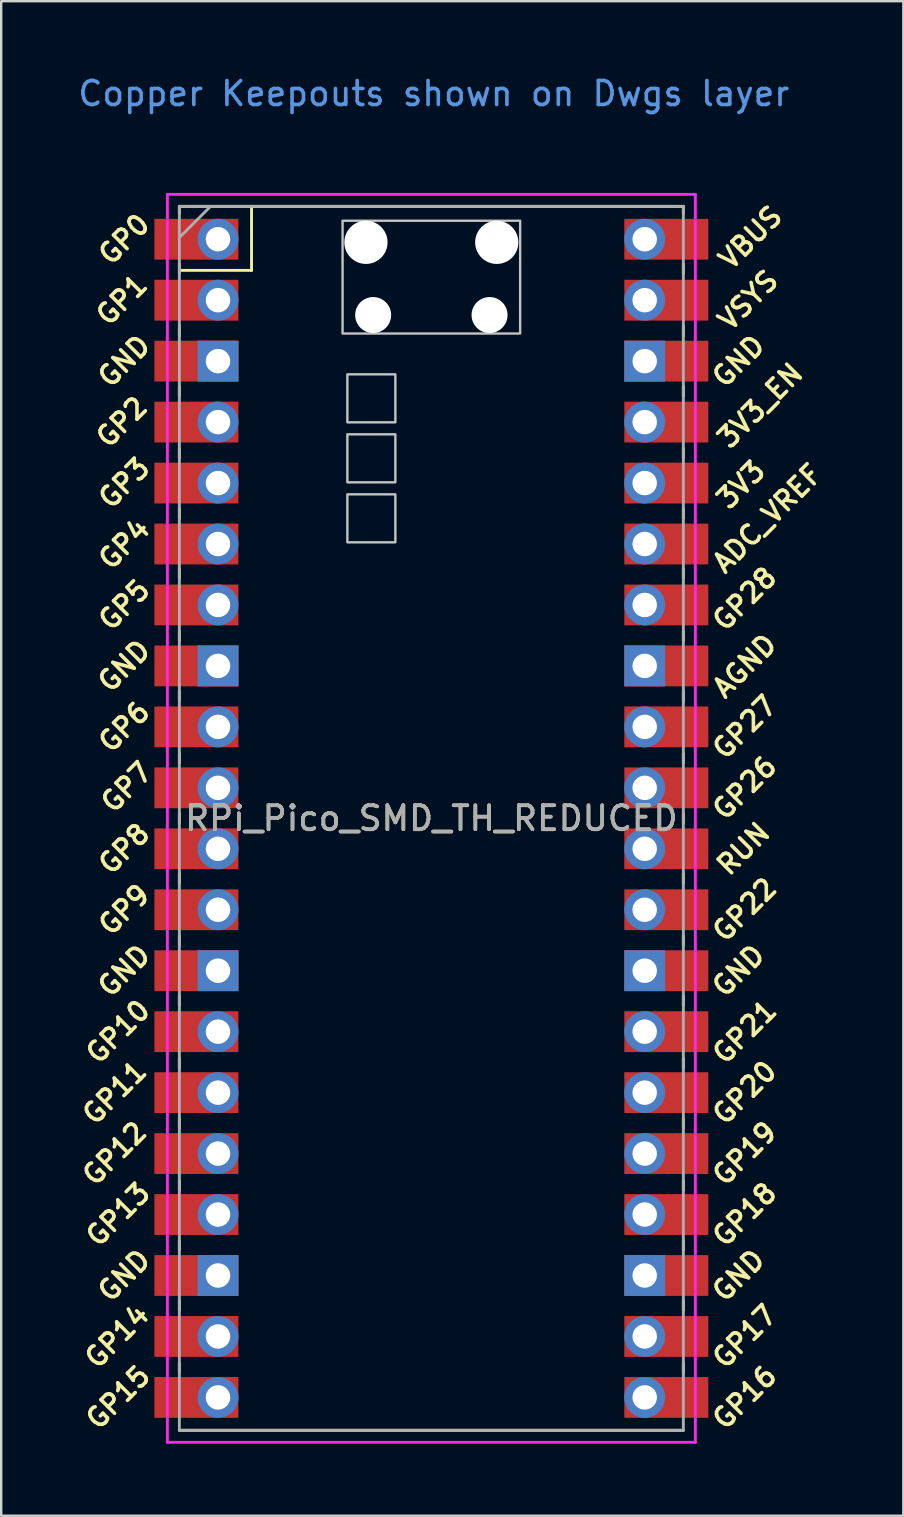
<source format=kicad_pcb>
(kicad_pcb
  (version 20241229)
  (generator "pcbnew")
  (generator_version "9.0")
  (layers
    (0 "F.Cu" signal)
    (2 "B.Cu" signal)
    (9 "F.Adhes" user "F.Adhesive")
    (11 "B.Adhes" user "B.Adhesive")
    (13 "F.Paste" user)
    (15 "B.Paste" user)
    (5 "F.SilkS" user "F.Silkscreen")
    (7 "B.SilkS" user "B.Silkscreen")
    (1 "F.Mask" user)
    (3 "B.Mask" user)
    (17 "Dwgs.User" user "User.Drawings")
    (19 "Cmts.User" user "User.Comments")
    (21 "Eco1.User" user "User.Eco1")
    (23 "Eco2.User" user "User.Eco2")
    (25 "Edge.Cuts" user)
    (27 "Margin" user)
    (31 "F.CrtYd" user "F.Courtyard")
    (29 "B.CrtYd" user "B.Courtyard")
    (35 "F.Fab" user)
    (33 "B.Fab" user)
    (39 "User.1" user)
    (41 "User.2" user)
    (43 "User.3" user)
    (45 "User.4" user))
  (footprint "RPi_Pico_SMD_TH_REDUCED"
    (layer "F.Cu")
    (at 14.924 31.048)
    (property "Reference" "RPi_Pico_SMD_TH_REDUCED" (at 0 0 0) (layer "F.SilkS") (effects (font (size 1 1) (thickness 0.15))))
    (attr through_hole)
    (fp_line (start -10.5 -25.5) (end -10.5 -25.2) (stroke (width 0.12) (type solid)) (layer "F.SilkS"))
    (fp_line (start -10.5 -25.5) (end 10.5 -25.5) (stroke (width 0.12) (type solid)) (layer "F.SilkS"))
    (fp_line (start -10.5 -23.1) (end -10.5 -22.7) (stroke (width 0.12) (type solid)) (layer "F.SilkS"))
    (fp_line (start -10.5 -22.833) (end -7.493 -22.833) (stroke (width 0.12) (type solid)) (layer "F.SilkS"))
    (fp_line (start -10.5 -20.5) (end -10.5 -20.1) (stroke (width 0.12) (type solid)) (layer "F.SilkS"))
    (fp_line (start -10.5 -18) (end -10.5 -17.6) (stroke (width 0.12) (type solid)) (layer "F.SilkS"))
    (fp_line (start -10.5 -15.4) (end -10.5 -15) (stroke (width 0.12) (type solid)) (layer "F.SilkS"))
    (fp_line (start -10.5 -12.9) (end -10.5 -12.5) (stroke (width 0.12) (type solid)) (layer "F.SilkS"))
    (fp_line (start -10.5 -10.4) (end -10.5 -10) (stroke (width 0.12) (type solid)) (layer "F.SilkS"))
    (fp_line (start -10.5 -7.8) (end -10.5 -7.4) (stroke (width 0.12) (type solid)) (layer "F.SilkS"))
    (fp_line (start -10.5 -5.3) (end -10.5 -4.9) (stroke (width 0.12) (type solid)) (layer "F.SilkS"))
    (fp_line (start -10.5 -2.7) (end -10.5 -2.3) (stroke (width 0.12) (type solid)) (layer "F.SilkS"))
    (fp_line (start -10.5 -0.2) (end -10.5 0.2) (stroke (width 0.12) (type solid)) (layer "F.SilkS"))
    (fp_line (start -10.5 2.3) (end -10.5 2.7) (stroke (width 0.12) (type solid)) (layer "F.SilkS"))
    (fp_line (start -10.5 4.9) (end -10.5 5.3) (stroke (width 0.12) (type solid)) (layer "F.SilkS"))
    (fp_line (start -10.5 7.4) (end -10.5 7.8) (stroke (width 0.12) (type solid)) (layer "F.SilkS"))
    (fp_line (start -10.5 10) (end -10.5 10.4) (stroke (width 0.12) (type solid)) (layer "F.SilkS"))
    (fp_line (start -10.5 12.5) (end -10.5 12.9) (stroke (width 0.12) (type solid)) (layer "F.SilkS"))
    (fp_line (start -10.5 15.1) (end -10.5 15.5) (stroke (width 0.12) (type solid)) (layer "F.SilkS"))
    (fp_line (start -10.5 17.6) (end -10.5 18) (stroke (width 0.12) (type solid)) (layer "F.SilkS"))
    (fp_line (start -10.5 20.1) (end -10.5 20.5) (stroke (width 0.12) (type solid)) (layer "F.SilkS"))
    (fp_line (start -10.5 22.7) (end -10.5 23.1) (stroke (width 0.12) (type solid)) (layer "F.SilkS"))
    (fp_line (start -7.493 -22.833) (end -7.493 -25.5) (stroke (width 0.12) (type solid)) (layer "F.SilkS"))
    (fp_line (start 10.5 -25.5) (end 10.5 -25.2) (stroke (width 0.12) (type solid)) (layer "F.SilkS"))
    (fp_line (start 10.5 -23.1) (end 10.5 -22.7) (stroke (width 0.12) (type solid)) (layer "F.SilkS"))
    (fp_line (start 10.5 -20.5) (end 10.5 -20.1) (stroke (width 0.12) (type solid)) (layer "F.SilkS"))
    (fp_line (start 10.5 -18) (end 10.5 -17.6) (stroke (width 0.12) (type solid)) (layer "F.SilkS"))
    (fp_line (start 10.5 -15.4) (end 10.5 -15) (stroke (width 0.12) (type solid)) (layer "F.SilkS"))
    (fp_line (start 10.5 -12.9) (end 10.5 -12.5) (stroke (width 0.12) (type solid)) (layer "F.SilkS"))
    (fp_line (start 10.5 -10.4) (end 10.5 -10) (stroke (width 0.12) (type solid)) (layer "F.SilkS"))
    (fp_line (start 10.5 -7.8) (end 10.5 -7.4) (stroke (width 0.12) (type solid)) (layer "F.SilkS"))
    (fp_line (start 10.5 -5.3) (end 10.5 -4.9) (stroke (width 0.12) (type solid)) (layer "F.SilkS"))
    (fp_line (start 10.5 -2.7) (end 10.5 -2.3) (stroke (width 0.12) (type solid)) (layer "F.SilkS"))
    (fp_line (start 10.5 -0.2) (end 10.5 0.2) (stroke (width 0.12) (type solid)) (layer "F.SilkS"))
    (fp_line (start 10.5 2.3) (end 10.5 2.7) (stroke (width 0.12) (type solid)) (layer "F.SilkS"))
    (fp_line (start 10.5 4.9) (end 10.5 5.3) (stroke (width 0.12) (type solid)) (layer "F.SilkS"))
    (fp_line (start 10.5 7.4) (end 10.5 7.8) (stroke (width 0.12) (type solid)) (layer "F.SilkS"))
    (fp_line (start 10.5 10) (end 10.5 10.4) (stroke (width 0.12) (type solid)) (layer "F.SilkS"))
    (fp_line (start 10.5 12.5) (end 10.5 12.9) (stroke (width 0.12) (type solid)) (layer "F.SilkS"))
    (fp_line (start 10.5 15.1) (end 10.5 15.5) (stroke (width 0.12) (type solid)) (layer "F.SilkS"))
    (fp_line (start 10.5 17.6) (end 10.5 18) (stroke (width 0.12) (type solid)) (layer "F.SilkS"))
    (fp_line (start 10.5 20.1) (end 10.5 20.5) (stroke (width 0.12) (type solid)) (layer "F.SilkS"))
    (fp_line (start 10.5 22.7) (end 10.5 23.1) (stroke (width 0.12) (type solid)) (layer "F.SilkS"))
    (fp_line (start 10.5 25.5) (end -10.5 25.5) (stroke (width 0.12) (type solid)) (layer "F.SilkS"))
    (fp_poly (pts (xy -1.5 -16.5) (xy -3.5 -16.5) (xy -3.5 -18.5) (xy -1.5 -18.5)) (stroke (width 0.1) (type solid)) (fill no) (layer "Dwgs.User"))
    (fp_poly (pts (xy -1.5 -14) (xy -3.5 -14) (xy -3.5 -16) (xy -1.5 -16)) (stroke (width 0.1) (type solid)) (fill no) (layer "Dwgs.User"))
    (fp_poly (pts (xy -1.5 -11.5) (xy -3.5 -11.5) (xy -3.5 -13.5) (xy -1.5 -13.5)) (stroke (width 0.1) (type solid)) (fill no) (layer "Dwgs.User"))
    (fp_poly (pts (xy 3.7 -20.2) (xy -3.7 -20.2) (xy -3.7 -24.9) (xy 3.7 -24.9)) (stroke (width 0.1) (type solid)) (fill no) (layer "Dwgs.User"))
    (fp_line (start -11 -26) (end 11 -26) (stroke (width 0.12) (type solid)) (layer "F.CrtYd"))
    (fp_line (start -11 26) (end -11 -26) (stroke (width 0.12) (type solid)) (layer "F.CrtYd"))
    (fp_line (start 11 -26) (end 11 26) (stroke (width 0.12) (type solid)) (layer "F.CrtYd"))
    (fp_line (start 11 26) (end -11 26) (stroke (width 0.12) (type solid)) (layer "F.CrtYd"))
    (fp_line (start -10.5 -25.5) (end 10.5 -25.5) (stroke (width 0.12) (type solid)) (layer "F.Fab"))
    (fp_line (start -10.5 -24.2) (end -9.2 -25.5) (stroke (width 0.12) (type solid)) (layer "F.Fab"))
    (fp_line (start -10.5 25.5) (end -10.5 -25.5) (stroke (width 0.12) (type solid)) (layer "F.Fab"))
    (fp_line (start 10.5 -25.5) (end 10.5 25.5) (stroke (width 0.12) (type solid)) (layer "F.Fab"))
    (fp_line (start 10.5 25.5) (end -10.5 25.5) (stroke (width 0.12) (type solid)) (layer "F.Fab"))
    (fp_text user "GND" (at -12.8 6.35 45) (layer "F.SilkS") (effects (font (size 0.8 0.8) (thickness 0.15))))
    (fp_text user "GND" (at 12.8 6.35 45) (layer "F.SilkS") (effects (font (size 0.8 0.8) (thickness 0.15))))
    (fp_text user "RUN" (at 13 1.27 45) (layer "F.SilkS") (effects (font (size 0.8 0.8) (thickness 0.15))))
    (fp_text user "GND" (at -12.8 19.05 45) (layer "F.SilkS") (effects (font (size 0.8 0.8) (thickness 0.15))))
    (fp_text user "GP1" (at -12.9 -21.6 45) (layer "F.SilkS") (effects (font (size 0.8 0.8) (thickness 0.15))))
    (fp_text user "AGND" (at 13.054 -6.35 45) (layer "F.SilkS") (effects (font (size 0.8 0.8) (thickness 0.15))))
    (fp_text user "3V3" (at 12.9 -13.9 45) (layer "F.SilkS") (effects (font (size 0.8 0.8) (thickness 0.15))))
    (fp_text user "GP22" (at 13.054 3.81 45) (layer "F.SilkS") (effects (font (size 0.8 0.8) (thickness 0.15))))
    (fp_text user "3V3_EN" (at 13.7 -17.2 45) (layer "F.SilkS") (effects (font (size 0.8 0.8) (thickness 0.15))))
    (fp_text user "GP5" (at -12.8 -8.89 45) (layer "F.SilkS") (effects (font (size 0.8 0.8) (thickness 0.15))))
    (fp_text user "GP16" (at 13.054 24.13 45) (layer "F.SilkS") (effects (font (size 0.8 0.8) (thickness 0.15))))
    (fp_text user "GP0" (at -12.8 -24.13 45) (layer "F.SilkS") (effects (font (size 0.8 0.8) (thickness 0.15))))
    (fp_text user "GP10" (at -13.054 8.89 45) (layer "F.SilkS") (effects (font (size 0.8 0.8) (thickness 0.15))))
    (fp_text user "GP8" (at -12.8 1.27 45) (layer "F.SilkS") (effects (font (size 0.8 0.8) (thickness 0.15))))
    (fp_text user "GP15" (at -13.054 24.13 45) (layer "F.SilkS") (effects (font (size 0.8 0.8) (thickness 0.15))))
    (fp_text user "VSYS" (at 13.2 -21.59 45) (layer "F.SilkS") (effects (font (size 0.8 0.8) (thickness 0.15))))
    (fp_text user "GP12" (at -13.2 13.97 45) (layer "F.SilkS") (effects (font (size 0.8 0.8) (thickness 0.15))))
    (fp_text user "GP7" (at -12.7 -1.3 45) (layer "F.SilkS") (effects (font (size 0.8 0.8) (thickness 0.15))))
    (fp_text user "GP20" (at 13.054 11.43 45) (layer "F.SilkS") (effects (font (size 0.8 0.8) (thickness 0.15))))
    (fp_text user "GP2" (at -12.9 -16.51 45) (layer "F.SilkS") (effects (font (size 0.8 0.8) (thickness 0.15))))
    (fp_text user "GP11" (at -13.2 11.43 45) (layer "F.SilkS") (effects (font (size 0.8 0.8) (thickness 0.15))))
    (fp_text user "GP3" (at -12.8 -13.97 45) (layer "F.SilkS") (effects (font (size 0.8 0.8) (thickness 0.15))))
    (fp_text user "GP4" (at -12.8 -11.43 45) (layer "F.SilkS") (effects (font (size 0.8 0.8) (thickness 0.15))))
    (fp_text user "GP14" (at -13.1 21.59 45) (layer "F.SilkS") (effects (font (size 0.8 0.8) (thickness 0.15))))
    (fp_text user "GP13" (at -13.054 16.51 45) (layer "F.SilkS") (effects (font (size 0.8 0.8) (thickness 0.15))))
    (fp_text user "GP9" (at -12.8 3.81 45) (layer "F.SilkS") (effects (font (size 0.8 0.8) (thickness 0.15))))
    (fp_text user "GP21" (at 13.054 8.9 45) (layer "F.SilkS") (effects (font (size 0.8 0.8) (thickness 0.15))))
    (fp_text user "GP28" (at 13.054 -9.144 45) (layer "F.SilkS") (effects (font (size 0.8 0.8) (thickness 0.15))))
    (fp_text user "GP19" (at 13.054 13.97 45) (layer "F.SilkS") (effects (font (size 0.8 0.8) (thickness 0.15))))
    (fp_text user "ADC_VREF" (at 14 -12.5 45) (layer "F.SilkS") (effects (font (size 0.8 0.8) (thickness 0.15))))
    (fp_text user "GP27" (at 13.054 -3.8 45) (layer "F.SilkS") (effects (font (size 0.8 0.8) (thickness 0.15))))
    (fp_text user "GND" (at -12.8 -19.05 45) (layer "F.SilkS") (effects (font (size 0.8 0.8) (thickness 0.15))))
    (fp_text user "GND" (at 12.8 19.05 45) (layer "F.SilkS") (effects (font (size 0.8 0.8) (thickness 0.15))))
    (fp_text user "GND" (at 12.8 -19.05 45) (layer "F.SilkS") (effects (font (size 0.8 0.8) (thickness 0.15))))
    (fp_text user "GP18" (at 13.054 16.51 45) (layer "F.SilkS") (effects (font (size 0.8 0.8) (thickness 0.15))))
    (fp_text user "GP6" (at -12.8 -3.81 45) (layer "F.SilkS") (effects (font (size 0.8 0.8) (thickness 0.15))))
    (fp_text user "GP26" (at 13.054 -1.27 45) (layer "F.SilkS") (effects (font (size 0.8 0.8) (thickness 0.15))))
    (fp_text user "GP17" (at 13.054 21.59 45) (layer "F.SilkS") (effects (font (size 0.8 0.8) (thickness 0.15))))
    (fp_text user "VBUS" (at 13.3 -24.2 45) (layer "F.SilkS") (effects (font (size 0.8 0.8) (thickness 0.15))))
    (fp_text user "GND" (at -12.8 -6.35 45) (layer "F.SilkS") (effects (font (size 0.8 0.8) (thickness 0.15))))
    (fp_text user "Copper Keepouts shown on Dwgs layer" (at 0.1 -30.2 0) (layer "Cmts.User") (effects (font (size 1 1) (thickness 0.15))))
    (fp_text user "${REFERENCE}" (at 0 0 180) (layer "F.Fab") (effects (font (size 1 1) (thickness 0.15))))
    (pad "" np_thru_hole oval (at -2.725 -24) (size 1.8 1.8) (drill 1.8) (layers "*.Cu" "*.Mask"))
    (pad "" np_thru_hole oval (at -2.425 -20.97) (size 1.5 1.5) (drill 1.5) (layers "*.Cu" "*.Mask"))
    (pad "" np_thru_hole oval (at 2.425 -20.97) (size 1.5 1.5) (drill 1.5) (layers "*.Cu" "*.Mask"))
    (pad "" np_thru_hole oval (at 2.725 -24) (size 1.8 1.8) (drill 1.8) (layers "*.Cu" "*.Mask"))
    (pad "1" thru_hole oval (at -8.89 -24.13) (size 1.7 1.7) (drill 1.02) (layers "*.Cu" "*.Mask"))
    (pad "1" smd rect (at -8.89 -24.13) (size 3.5 1.7) (drill (offset -0.9 0)) (layers "F.Cu" "F.Mask"))
    (pad "2" thru_hole oval (at -8.89 -21.59) (size 1.7 1.7) (drill 1.02) (layers "*.Cu" "*.Mask"))
    (pad "2" smd rect (at -8.89 -21.59) (size 3.5 1.7) (drill (offset -0.9 0)) (layers "F.Cu" "F.Mask"))
    (pad "3" thru_hole rect (at -8.89 -19.05) (size 1.7 1.7) (drill 1.02) (layers "*.Cu" "*.Mask"))
    (pad "3" smd rect (at -8.89 -19.05) (size 3.5 1.7) (drill (offset -0.9 0)) (layers "F.Cu" "F.Mask"))
    (pad "4" thru_hole oval (at -8.89 -16.51) (size 1.7 1.7) (drill 1.02) (layers "*.Cu" "*.Mask"))
    (pad "4" smd rect (at -8.89 -16.51) (size 3.5 1.7) (drill (offset -0.9 0)) (layers "F.Cu" "F.Mask"))
    (pad "5" thru_hole oval (at -8.89 -13.97) (size 1.7 1.7) (drill 1.02) (layers "*.Cu" "*.Mask"))
    (pad "5" smd rect (at -8.89 -13.97) (size 3.5 1.7) (drill (offset -0.9 0)) (layers "F.Cu" "F.Mask"))
    (pad "6" thru_hole oval (at -8.89 -11.43) (size 1.7 1.7) (drill 1.02) (layers "*.Cu" "*.Mask"))
    (pad "6" smd rect (at -8.89 -11.43) (size 3.5 1.7) (drill (offset -0.9 0)) (layers "F.Cu" "F.Mask"))
    (pad "7" thru_hole oval (at -8.89 -8.89) (size 1.7 1.7) (drill 1.02) (layers "*.Cu" "*.Mask"))
    (pad "7" smd rect (at -8.89 -8.89) (size 3.5 1.7) (drill (offset -0.9 0)) (layers "F.Cu" "F.Mask"))
    (pad "8" thru_hole rect (at -8.89 -6.35) (size 1.7 1.7) (drill 1.02) (layers "*.Cu" "*.Mask"))
    (pad "8" smd rect (at -8.89 -6.35) (size 3.5 1.7) (drill (offset -0.9 0)) (layers "F.Cu" "F.Mask"))
    (pad "9" thru_hole oval (at -8.89 -3.81) (size 1.7 1.7) (drill 1.02) (layers "*.Cu" "*.Mask"))
    (pad "9" smd rect (at -8.89 -3.81) (size 3.5 1.7) (drill (offset -0.9 0)) (layers "F.Cu" "F.Mask"))
    (pad "10" thru_hole oval (at -8.89 -1.27) (size 1.7 1.7) (drill 1.02) (layers "*.Cu" "*.Mask"))
    (pad "10" smd rect (at -8.89 -1.27) (size 3.5 1.7) (drill (offset -0.9 0)) (layers "F.Cu" "F.Mask"))
    (pad "11" thru_hole oval (at -8.89 1.27) (size 1.7 1.7) (drill 1.02) (layers "*.Cu" "*.Mask"))
    (pad "11" smd rect (at -8.89 1.27) (size 3.5 1.7) (drill (offset -0.9 0)) (layers "F.Cu" "F.Mask"))
    (pad "12" thru_hole oval (at -8.89 3.81) (size 1.7 1.7) (drill 1.02) (layers "*.Cu" "*.Mask"))
    (pad "12" smd rect (at -8.89 3.81) (size 3.5 1.7) (drill (offset -0.9 0)) (layers "F.Cu" "F.Mask"))
    (pad "13" thru_hole rect (at -8.89 6.35) (size 1.7 1.7) (drill 1.02) (layers "*.Cu" "*.Mask"))
    (pad "13" smd rect (at -8.89 6.35) (size 3.5 1.7) (drill (offset -0.9 0)) (layers "F.Cu" "F.Mask"))
    (pad "14" thru_hole oval (at -8.89 8.89) (size 1.7 1.7) (drill 1.02) (layers "*.Cu" "*.Mask"))
    (pad "14" smd rect (at -8.89 8.89) (size 3.5 1.7) (drill (offset -0.9 0)) (layers "F.Cu" "F.Mask"))
    (pad "15" thru_hole oval (at -8.89 11.43) (size 1.7 1.7) (drill 1.02) (layers "*.Cu" "*.Mask"))
    (pad "15" smd rect (at -8.89 11.43) (size 3.5 1.7) (drill (offset -0.9 0)) (layers "F.Cu" "F.Mask"))
    (pad "16" thru_hole oval (at -8.89 13.97) (size 1.7 1.7) (drill 1.02) (layers "*.Cu" "*.Mask"))
    (pad "16" smd rect (at -8.89 13.97) (size 3.5 1.7) (drill (offset -0.9 0)) (layers "F.Cu" "F.Mask"))
    (pad "17" thru_hole oval (at -8.89 16.51) (size 1.7 1.7) (drill 1.02) (layers "*.Cu" "*.Mask"))
    (pad "17" smd rect (at -8.89 16.51) (size 3.5 1.7) (drill (offset -0.9 0)) (layers "F.Cu" "F.Mask"))
    (pad "18" thru_hole rect (at -8.89 19.05) (size 1.7 1.7) (drill 1.02) (layers "*.Cu" "*.Mask"))
    (pad "18" smd rect (at -8.89 19.05) (size 3.5 1.7) (drill (offset -0.9 0)) (layers "F.Cu" "F.Mask"))
    (pad "19" thru_hole oval (at -8.89 21.59) (size 1.7 1.7) (drill 1.02) (layers "*.Cu" "*.Mask"))
    (pad "19" smd rect (at -8.89 21.59) (size 3.5 1.7) (drill (offset -0.9 0)) (layers "F.Cu" "F.Mask"))
    (pad "20" thru_hole oval (at -8.89 24.13) (size 1.7 1.7) (drill 1.02) (layers "*.Cu" "*.Mask"))
    (pad "20" smd rect (at -8.89 24.13) (size 3.5 1.7) (drill (offset -0.9 0)) (layers "F.Cu" "F.Mask"))
    (pad "21" thru_hole oval (at 8.89 24.13) (size 1.7 1.7) (drill 1.02) (layers "*.Cu" "*.Mask"))
    (pad "21" smd rect (at 8.89 24.13) (size 3.5 1.7) (drill (offset 0.9 0)) (layers "F.Cu" "F.Mask"))
    (pad "22" thru_hole oval (at 8.89 21.59) (size 1.7 1.7) (drill 1.02) (layers "*.Cu" "*.Mask"))
    (pad "22" smd rect (at 8.89 21.59) (size 3.5 1.7) (drill (offset 0.9 0)) (layers "F.Cu" "F.Mask"))
    (pad "23" thru_hole rect (at 8.89 19.05) (size 1.7 1.7) (drill 1.02) (layers "*.Cu" "*.Mask"))
    (pad "23" smd rect (at 8.89 19.05) (size 3.5 1.7) (drill (offset 0.9 0)) (layers "F.Cu" "F.Mask"))
    (pad "24" thru_hole oval (at 8.89 16.51) (size 1.7 1.7) (drill 1.02) (layers "*.Cu" "*.Mask"))
    (pad "24" smd rect (at 8.89 16.51) (size 3.5 1.7) (drill (offset 0.9 0)) (layers "F.Cu" "F.Mask"))
    (pad "25" thru_hole oval (at 8.89 13.97) (size 1.7 1.7) (drill 1.02) (layers "*.Cu" "*.Mask"))
    (pad "25" smd rect (at 8.89 13.97) (size 3.5 1.7) (drill (offset 0.9 0)) (layers "F.Cu" "F.Mask"))
    (pad "26" thru_hole oval (at 8.89 11.43) (size 1.7 1.7) (drill 1.02) (layers "*.Cu" "*.Mask"))
    (pad "26" smd rect (at 8.89 11.43) (size 3.5 1.7) (drill (offset 0.9 0)) (layers "F.Cu" "F.Mask"))
    (pad "27" thru_hole oval (at 8.89 8.89) (size 1.7 1.7) (drill 1.02) (layers "*.Cu" "*.Mask"))
    (pad "27" smd rect (at 8.89 8.89) (size 3.5 1.7) (drill (offset 0.9 0)) (layers "F.Cu" "F.Mask"))
    (pad "28" thru_hole rect (at 8.89 6.35) (size 1.7 1.7) (drill 1.02) (layers "*.Cu" "*.Mask"))
    (pad "28" smd rect (at 8.89 6.35) (size 3.5 1.7) (drill (offset 0.9 0)) (layers "F.Cu" "F.Mask"))
    (pad "29" thru_hole oval (at 8.89 3.81) (size 1.7 1.7) (drill 1.02) (layers "*.Cu" "*.Mask"))
    (pad "29" smd rect (at 8.89 3.81) (size 3.5 1.7) (drill (offset 0.9 0)) (layers "F.Cu" "F.Mask"))
    (pad "30" thru_hole oval (at 8.89 1.27) (size 1.7 1.7) (drill 1.02) (layers "*.Cu" "*.Mask"))
    (pad "30" smd rect (at 8.89 1.27) (size 3.5 1.7) (drill (offset 0.9 0)) (layers "F.Cu" "F.Mask"))
    (pad "31" thru_hole oval (at 8.89 -1.27) (size 1.7 1.7) (drill 1.02) (layers "*.Cu" "*.Mask"))
    (pad "31" smd rect (at 8.89 -1.27) (size 3.5 1.7) (drill (offset 0.9 0)) (layers "F.Cu" "F.Mask"))
    (pad "32" thru_hole oval (at 8.89 -3.81) (size 1.7 1.7) (drill 1.02) (layers "*.Cu" "*.Mask"))
    (pad "32" smd rect (at 8.89 -3.81) (size 3.5 1.7) (drill (offset 0.9 0)) (layers "F.Cu" "F.Mask"))
    (pad "33" thru_hole rect (at 8.89 -6.35) (size 1.7 1.7) (drill 1.02) (layers "*.Cu" "*.Mask"))
    (pad "33" smd rect (at 8.89 -6.35) (size 3.5 1.7) (drill (offset 0.9 0)) (layers "F.Cu" "F.Mask"))
    (pad "34" thru_hole oval (at 8.89 -8.89) (size 1.7 1.7) (drill 1.02) (layers "*.Cu" "*.Mask"))
    (pad "34" smd rect (at 8.89 -8.89) (size 3.5 1.7) (drill (offset 0.9 0)) (layers "F.Cu" "F.Mask"))
    (pad "35" thru_hole oval (at 8.89 -11.43) (size 1.7 1.7) (drill 1.02) (layers "*.Cu" "*.Mask"))
    (pad "35" smd rect (at 8.89 -11.43) (size 3.5 1.7) (drill (offset 0.9 0)) (layers "F.Cu" "F.Mask"))
    (pad "36" thru_hole oval (at 8.89 -13.97) (size 1.7 1.7) (drill 1.02) (layers "*.Cu" "*.Mask"))
    (pad "36" smd rect (at 8.89 -13.97) (size 3.5 1.7) (drill (offset 0.9 0)) (layers "F.Cu" "F.Mask"))
    (pad "37" thru_hole oval (at 8.89 -16.51) (size 1.7 1.7) (drill 1.02) (layers "*.Cu" "*.Mask"))
    (pad "37" smd rect (at 8.89 -16.51) (size 3.5 1.7) (drill (offset 0.9 0)) (layers "F.Cu" "F.Mask"))
    (pad "38" thru_hole rect (at 8.89 -19.05) (size 1.7 1.7) (drill 1.02) (layers "*.Cu" "*.Mask"))
    (pad "38" smd rect (at 8.89 -19.05) (size 3.5 1.7) (drill (offset 0.9 0)) (layers "F.Cu" "F.Mask"))
    (pad "39" thru_hole oval (at 8.89 -21.59) (size 1.7 1.7) (drill 1.02) (layers "*.Cu" "*.Mask"))
    (pad "39" smd rect (at 8.89 -21.59) (size 3.5 1.7) (drill (offset 0.9 0)) (layers "F.Cu" "F.Mask"))
    (pad "40" thru_hole oval (at 8.89 -24.13) (size 1.7 1.7) (drill 1.02) (layers "*.Cu" "*.Mask"))
    (pad "40" smd rect (at 8.89 -24.13) (size 3.5 1.7) (drill (offset 0.9 0)) (layers "F.Cu" "F.Mask")))
  (gr_rect
    (start -3 -3)
    (end 34.591 60.108)
    (stroke (width 0.1) (type default))
    (fill no)
    (layer "Edge.Cuts")))
</source>
